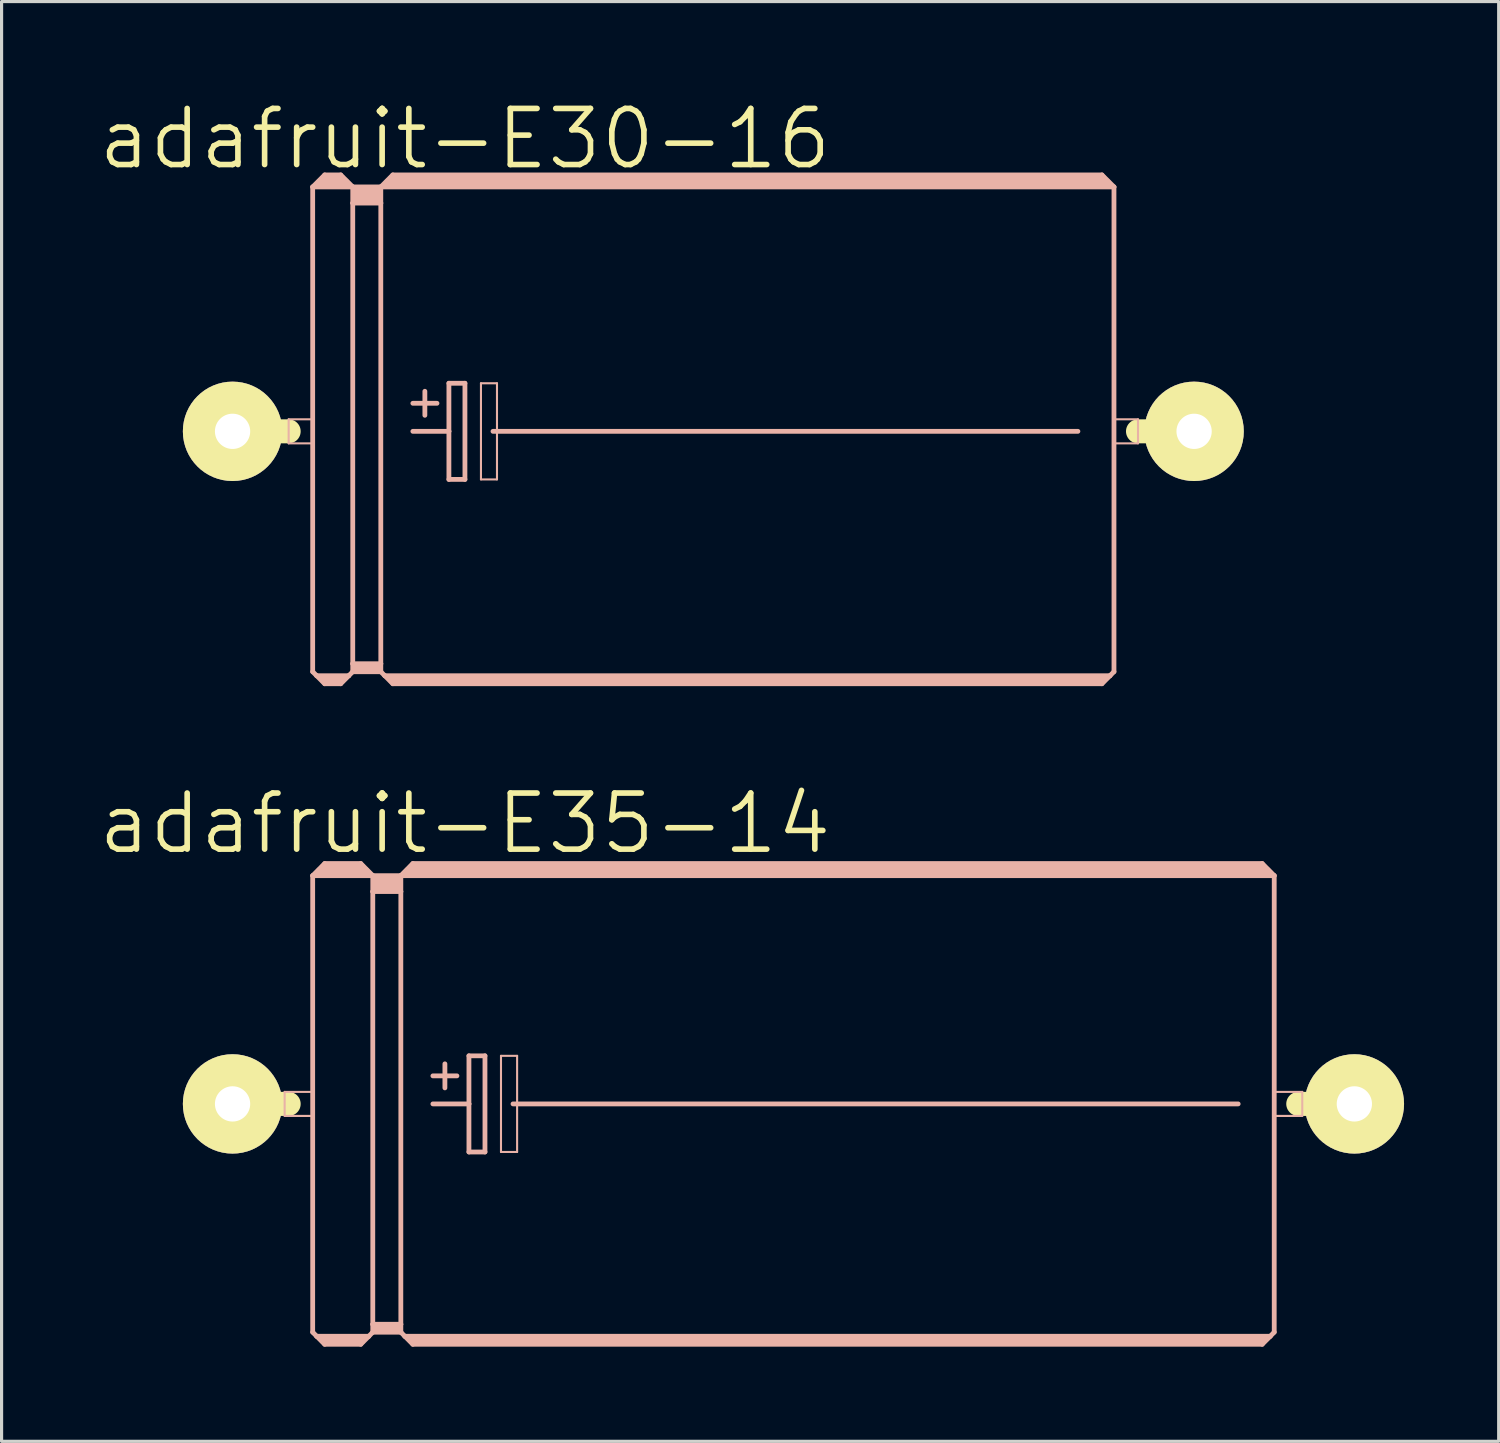
<source format=kicad_pcb>
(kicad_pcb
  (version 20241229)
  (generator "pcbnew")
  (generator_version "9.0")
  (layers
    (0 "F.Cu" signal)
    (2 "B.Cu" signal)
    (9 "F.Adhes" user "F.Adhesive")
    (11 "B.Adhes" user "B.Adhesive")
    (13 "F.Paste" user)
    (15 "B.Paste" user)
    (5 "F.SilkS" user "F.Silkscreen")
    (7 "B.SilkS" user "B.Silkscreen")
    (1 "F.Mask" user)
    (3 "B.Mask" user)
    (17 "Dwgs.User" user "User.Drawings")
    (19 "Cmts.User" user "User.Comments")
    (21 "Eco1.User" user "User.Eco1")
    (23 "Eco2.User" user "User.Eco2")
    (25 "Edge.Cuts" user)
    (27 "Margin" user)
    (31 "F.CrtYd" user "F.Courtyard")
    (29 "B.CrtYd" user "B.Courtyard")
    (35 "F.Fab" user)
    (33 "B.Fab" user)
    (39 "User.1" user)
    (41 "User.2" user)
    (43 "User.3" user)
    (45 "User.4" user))
  (footprint "adafruit-E30-16"
    (layer "F.Cu")
    (at 19.562 10.623)
    (property "Reference" "adafruit-E30-16" (at -7.874 -9.271 0) (layer "F.SilkS") (effects (font (size 1.778 1.778) (thickness 0.178))))
    (attr exclude_from_pos_files exclude_from_bom)
    (fp_line (start -15.24 0) (end -13.462 0) (stroke (width 0.762) (type solid)) (layer "F.SilkS"))
    (fp_line (start 15.24 0) (end 13.462 0) (stroke (width 0.762) (type solid)) (layer "F.SilkS"))
    (fp_line (start -13.462 -0.381) (end -12.7 -0.381) (stroke (width 0.066) (type solid)) (layer "B.SilkS"))
    (fp_line (start -13.462 0.381) (end -13.462 -0.381) (stroke (width 0.066) (type solid)) (layer "B.SilkS"))
    (fp_line (start -13.462 0.381) (end -12.7 0.381) (stroke (width 0.066) (type solid)) (layer "B.SilkS"))
    (fp_line (start -12.7 -7.747) (end -12.7 7.62) (stroke (width 0.152) (type solid)) (layer "B.SilkS"))
    (fp_line (start -12.7 -7.747) (end -12.319 -8.128) (stroke (width 0.152) (type solid)) (layer "B.SilkS"))
    (fp_line (start -12.7 -7.747) (end -11.43 -7.747) (stroke (width 0.152) (type solid)) (layer "B.SilkS"))
    (fp_line (start -12.7 0.381) (end -12.7 -0.381) (stroke (width 0.066) (type solid)) (layer "B.SilkS"))
    (fp_line (start -12.7 7.62) (end -12.573 7.747) (stroke (width 0.152) (type solid)) (layer "B.SilkS"))
    (fp_line (start -12.573 7.747) (end -12.319 8.001) (stroke (width 0.152) (type solid)) (layer "B.SilkS"))
    (fp_line (start -12.573 7.747) (end -11.557 7.747) (stroke (width 0.152) (type solid)) (layer "B.SilkS"))
    (fp_line (start -12.446 -7.874) (end -11.684 -7.874) (stroke (width 0.305) (type solid)) (layer "B.SilkS"))
    (fp_line (start -12.319 -8.128) (end -11.811 -8.128) (stroke (width 0.152) (type solid)) (layer "B.SilkS"))
    (fp_line (start -12.319 -8.001) (end -11.811 -8.001) (stroke (width 0.305) (type solid)) (layer "B.SilkS"))
    (fp_line (start -12.319 7.874) (end -11.811 7.874) (stroke (width 0.305) (type solid)) (layer "B.SilkS"))
    (fp_line (start -12.319 8.001) (end -11.811 8.001) (stroke (width 0.152) (type solid)) (layer "B.SilkS"))
    (fp_line (start -11.557 7.747) (end -11.811 8.001) (stroke (width 0.152) (type solid)) (layer "B.SilkS"))
    (fp_line (start -11.43 -7.747) (end -11.811 -8.128) (stroke (width 0.152) (type solid)) (layer "B.SilkS"))
    (fp_line (start -11.43 -7.747) (end -11.43 -7.236) (stroke (width 0.152) (type solid)) (layer "B.SilkS"))
    (fp_line (start -11.43 -7.747) (end -10.541 -7.747) (stroke (width 0.152) (type solid)) (layer "B.SilkS"))
    (fp_line (start -11.43 -7.236) (end -11.43 7.366) (stroke (width 0.152) (type solid)) (layer "B.SilkS"))
    (fp_line (start -11.43 -7.236) (end -10.541 -7.236) (stroke (width 0.152) (type solid)) (layer "B.SilkS"))
    (fp_line (start -11.43 7.366) (end -11.43 7.62) (stroke (width 0.152) (type solid)) (layer "B.SilkS"))
    (fp_line (start -11.43 7.366) (end -10.541 7.366) (stroke (width 0.152) (type solid)) (layer "B.SilkS"))
    (fp_line (start -11.43 7.62) (end -11.557 7.747) (stroke (width 0.152) (type solid)) (layer "B.SilkS"))
    (fp_line (start -11.43 7.62) (end -10.541 7.62) (stroke (width 0.152) (type solid)) (layer "B.SilkS"))
    (fp_line (start -11.303 -7.62) (end -10.668 -7.62) (stroke (width 0.305) (type solid)) (layer "B.SilkS"))
    (fp_line (start -11.303 -7.366) (end -10.668 -7.366) (stroke (width 0.305) (type solid)) (layer "B.SilkS"))
    (fp_line (start -11.303 7.493) (end -10.668 7.493) (stroke (width 0.305) (type solid)) (layer "B.SilkS"))
    (fp_line (start -10.541 -7.747) (end -10.541 -7.236) (stroke (width 0.152) (type solid)) (layer "B.SilkS"))
    (fp_line (start -10.541 -7.747) (end -10.16 -8.128) (stroke (width 0.152) (type solid)) (layer "B.SilkS"))
    (fp_line (start -10.541 -7.747) (end 12.7 -7.747) (stroke (width 0.152) (type solid)) (layer "B.SilkS"))
    (fp_line (start -10.541 -7.236) (end -10.541 7.366) (stroke (width 0.152) (type solid)) (layer "B.SilkS"))
    (fp_line (start -10.541 7.366) (end -10.541 7.62) (stroke (width 0.152) (type solid)) (layer "B.SilkS"))
    (fp_line (start -10.414 7.747) (end -10.541 7.62) (stroke (width 0.152) (type solid)) (layer "B.SilkS"))
    (fp_line (start -10.414 7.747) (end 12.573 7.747) (stroke (width 0.152) (type solid)) (layer "B.SilkS"))
    (fp_line (start -10.287 -7.874) (end 12.446 -7.874) (stroke (width 0.305) (type solid)) (layer "B.SilkS"))
    (fp_line (start -10.16 -8.001) (end 12.319 -8.001) (stroke (width 0.305) (type solid)) (layer "B.SilkS"))
    (fp_line (start -10.16 7.874) (end 12.319 7.874) (stroke (width 0.305) (type solid)) (layer "B.SilkS"))
    (fp_line (start -10.16 8.001) (end -10.414 7.747) (stroke (width 0.152) (type solid)) (layer "B.SilkS"))
    (fp_line (start -9.525 -0.889) (end -8.76 -0.889) (stroke (width 0.152) (type solid)) (layer "B.SilkS"))
    (fp_line (start -9.525 0) (end -8.382 0) (stroke (width 0.152) (type solid)) (layer "B.SilkS"))
    (fp_line (start -9.144 -1.27) (end -9.144 -0.508) (stroke (width 0.152) (type solid)) (layer "B.SilkS"))
    (fp_line (start -8.382 -1.524) (end -8.382 0) (stroke (width 0.152) (type solid)) (layer "B.SilkS"))
    (fp_line (start -8.382 0) (end -8.382 1.524) (stroke (width 0.152) (type solid)) (layer "B.SilkS"))
    (fp_line (start -8.382 1.524) (end -7.874 1.524) (stroke (width 0.152) (type solid)) (layer "B.SilkS"))
    (fp_line (start -7.874 -1.524) (end -8.382 -1.524) (stroke (width 0.152) (type solid)) (layer "B.SilkS"))
    (fp_line (start -7.874 1.524) (end -7.874 -1.524) (stroke (width 0.152) (type solid)) (layer "B.SilkS"))
    (fp_line (start -7.366 -1.524) (end -6.858 -1.524) (stroke (width 0.066) (type solid)) (layer "B.SilkS"))
    (fp_line (start -7.366 1.524) (end -7.366 -1.524) (stroke (width 0.066) (type solid)) (layer "B.SilkS"))
    (fp_line (start -7.366 1.524) (end -6.858 1.524) (stroke (width 0.066) (type solid)) (layer "B.SilkS"))
    (fp_line (start -6.985 0) (end 11.557 0) (stroke (width 0.152) (type solid)) (layer "B.SilkS"))
    (fp_line (start -6.858 1.524) (end -6.858 -1.524) (stroke (width 0.066) (type solid)) (layer "B.SilkS"))
    (fp_line (start 12.319 -8.128) (end -10.16 -8.128) (stroke (width 0.152) (type solid)) (layer "B.SilkS"))
    (fp_line (start 12.319 8.001) (end -10.16 8.001) (stroke (width 0.152) (type solid)) (layer "B.SilkS"))
    (fp_line (start 12.573 7.747) (end 12.319 8.001) (stroke (width 0.152) (type solid)) (layer "B.SilkS"))
    (fp_line (start 12.7 -7.747) (end 12.319 -8.128) (stroke (width 0.152) (type solid)) (layer "B.SilkS"))
    (fp_line (start 12.7 -7.747) (end 12.7 7.62) (stroke (width 0.152) (type solid)) (layer "B.SilkS"))
    (fp_line (start 12.7 -0.381) (end 13.462 -0.381) (stroke (width 0.066) (type solid)) (layer "B.SilkS"))
    (fp_line (start 12.7 0.381) (end 12.7 -0.381) (stroke (width 0.066) (type solid)) (layer "B.SilkS"))
    (fp_line (start 12.7 0.381) (end 13.462 0.381) (stroke (width 0.066) (type solid)) (layer "B.SilkS"))
    (fp_line (start 12.7 7.62) (end 12.573 7.747) (stroke (width 0.152) (type solid)) (layer "B.SilkS"))
    (fp_line (start 13.462 0.381) (end 13.462 -0.381) (stroke (width 0.066) (type solid)) (layer "B.SilkS"))
    (pad "+" thru_hole circle (at -15.24 0) (size 3.15 3.15) (drill 1.118) (layers "*.Cu" "F.Mask" "F.SilkS" "F.Paste"))
    (pad "-" thru_hole circle (at 15.24 0) (size 3.15 3.15) (drill 1.118) (layers "*.Cu" "F.Mask" "F.SilkS" "F.Paste")))
  (footprint "adafruit-E35-14"
    (layer "F.Cu")
    (at 22.102 31.943)
    (property "Reference" "adafruit-E35-14" (at -10.414 -8.89 0) (layer "F.SilkS") (effects (font (size 1.778 1.778) (thickness 0.178))))
    (attr exclude_from_pos_files exclude_from_bom)
    (fp_line (start -17.78 0) (end -16.002 0) (stroke (width 0.762) (type solid)) (layer "F.SilkS"))
    (fp_line (start 17.78 0) (end 16.002 0) (stroke (width 0.762) (type solid)) (layer "F.SilkS"))
    (fp_line (start -16.129 -0.381) (end -15.24 -0.381) (stroke (width 0.066) (type solid)) (layer "B.SilkS"))
    (fp_line (start -16.129 0.381) (end -16.129 -0.381) (stroke (width 0.066) (type solid)) (layer "B.SilkS"))
    (fp_line (start -16.129 0.381) (end -15.24 0.381) (stroke (width 0.066) (type solid)) (layer "B.SilkS"))
    (fp_line (start -15.24 -7.236) (end -15.24 7.236) (stroke (width 0.152) (type solid)) (layer "B.SilkS"))
    (fp_line (start -15.24 -7.236) (end -14.859 -7.62) (stroke (width 0.152) (type solid)) (layer "B.SilkS"))
    (fp_line (start -15.24 -7.236) (end -13.335 -7.236) (stroke (width 0.152) (type solid)) (layer "B.SilkS"))
    (fp_line (start -15.24 0.381) (end -15.24 -0.381) (stroke (width 0.066) (type solid)) (layer "B.SilkS"))
    (fp_line (start -15.24 7.236) (end -15.113 7.366) (stroke (width 0.152) (type solid)) (layer "B.SilkS"))
    (fp_line (start -15.113 7.366) (end -14.859 7.62) (stroke (width 0.152) (type solid)) (layer "B.SilkS"))
    (fp_line (start -15.113 7.366) (end -13.462 7.366) (stroke (width 0.152) (type solid)) (layer "B.SilkS"))
    (fp_line (start -14.986 -7.366) (end -13.589 -7.366) (stroke (width 0.305) (type solid)) (layer "B.SilkS"))
    (fp_line (start -14.859 -7.62) (end -13.716 -7.62) (stroke (width 0.152) (type solid)) (layer "B.SilkS"))
    (fp_line (start -14.859 -7.493) (end -13.716 -7.493) (stroke (width 0.305) (type solid)) (layer "B.SilkS"))
    (fp_line (start -14.859 7.493) (end -13.716 7.493) (stroke (width 0.305) (type solid)) (layer "B.SilkS"))
    (fp_line (start -14.859 7.62) (end -13.716 7.62) (stroke (width 0.152) (type solid)) (layer "B.SilkS"))
    (fp_line (start -13.462 7.366) (end -13.716 7.62) (stroke (width 0.152) (type solid)) (layer "B.SilkS"))
    (fp_line (start -13.335 -7.236) (end -13.716 -7.62) (stroke (width 0.152) (type solid)) (layer "B.SilkS"))
    (fp_line (start -13.335 -7.236) (end -13.335 -6.731) (stroke (width 0.152) (type solid)) (layer "B.SilkS"))
    (fp_line (start -13.335 -7.236) (end -12.446 -7.236) (stroke (width 0.152) (type solid)) (layer "B.SilkS"))
    (fp_line (start -13.335 -6.731) (end -13.335 6.985) (stroke (width 0.152) (type solid)) (layer "B.SilkS"))
    (fp_line (start -13.335 -6.731) (end -12.446 -6.731) (stroke (width 0.152) (type solid)) (layer "B.SilkS"))
    (fp_line (start -13.335 6.985) (end -13.335 7.236) (stroke (width 0.152) (type solid)) (layer "B.SilkS"))
    (fp_line (start -13.335 6.985) (end -12.446 6.985) (stroke (width 0.152) (type solid)) (layer "B.SilkS"))
    (fp_line (start -13.335 7.236) (end -13.462 7.366) (stroke (width 0.152) (type solid)) (layer "B.SilkS"))
    (fp_line (start -13.335 7.236) (end -12.446 7.236) (stroke (width 0.152) (type solid)) (layer "B.SilkS"))
    (fp_line (start -13.208 -7.112) (end -12.573 -7.112) (stroke (width 0.305) (type solid)) (layer "B.SilkS"))
    (fp_line (start -13.208 -6.858) (end -12.573 -6.858) (stroke (width 0.305) (type solid)) (layer "B.SilkS"))
    (fp_line (start -13.208 7.112) (end -12.573 7.112) (stroke (width 0.305) (type solid)) (layer "B.SilkS"))
    (fp_line (start -12.446 -7.236) (end -12.446 -6.731) (stroke (width 0.152) (type solid)) (layer "B.SilkS"))
    (fp_line (start -12.446 -7.236) (end -12.065 -7.62) (stroke (width 0.152) (type solid)) (layer "B.SilkS"))
    (fp_line (start -12.446 -7.236) (end 15.24 -7.236) (stroke (width 0.152) (type solid)) (layer "B.SilkS"))
    (fp_line (start -12.446 -6.731) (end -12.446 6.985) (stroke (width 0.152) (type solid)) (layer "B.SilkS"))
    (fp_line (start -12.446 6.985) (end -12.446 7.236) (stroke (width 0.152) (type solid)) (layer "B.SilkS"))
    (fp_line (start -12.319 7.366) (end -12.446 7.236) (stroke (width 0.152) (type solid)) (layer "B.SilkS"))
    (fp_line (start -12.319 7.366) (end 15.113 7.366) (stroke (width 0.152) (type solid)) (layer "B.SilkS"))
    (fp_line (start -12.192 -7.366) (end 14.986 -7.366) (stroke (width 0.305) (type solid)) (layer "B.SilkS"))
    (fp_line (start -12.065 -7.493) (end 14.859 -7.493) (stroke (width 0.305) (type solid)) (layer "B.SilkS"))
    (fp_line (start -12.065 7.493) (end 14.859 7.493) (stroke (width 0.305) (type solid)) (layer "B.SilkS"))
    (fp_line (start -12.065 7.62) (end -12.319 7.366) (stroke (width 0.152) (type solid)) (layer "B.SilkS"))
    (fp_line (start -11.43 -0.889) (end -10.668 -0.889) (stroke (width 0.152) (type solid)) (layer "B.SilkS"))
    (fp_line (start -11.43 0) (end -10.287 0) (stroke (width 0.152) (type solid)) (layer "B.SilkS"))
    (fp_line (start -11.049 -1.27) (end -11.049 -0.508) (stroke (width 0.152) (type solid)) (layer "B.SilkS"))
    (fp_line (start -10.287 -1.524) (end -10.287 0) (stroke (width 0.152) (type solid)) (layer "B.SilkS"))
    (fp_line (start -10.287 0) (end -10.287 1.524) (stroke (width 0.152) (type solid)) (layer "B.SilkS"))
    (fp_line (start -10.287 1.524) (end -9.779 1.524) (stroke (width 0.152) (type solid)) (layer "B.SilkS"))
    (fp_line (start -9.779 -1.524) (end -10.287 -1.524) (stroke (width 0.152) (type solid)) (layer "B.SilkS"))
    (fp_line (start -9.779 1.524) (end -9.779 -1.524) (stroke (width 0.152) (type solid)) (layer "B.SilkS"))
    (fp_line (start -9.271 -1.524) (end -8.76 -1.524) (stroke (width 0.066) (type solid)) (layer "B.SilkS"))
    (fp_line (start -9.271 1.524) (end -9.271 -1.524) (stroke (width 0.066) (type solid)) (layer "B.SilkS"))
    (fp_line (start -9.271 1.524) (end -8.76 1.524) (stroke (width 0.066) (type solid)) (layer "B.SilkS"))
    (fp_line (start -8.89 0) (end 14.097 0) (stroke (width 0.152) (type solid)) (layer "B.SilkS"))
    (fp_line (start -8.76 1.524) (end -8.76 -1.524) (stroke (width 0.066) (type solid)) (layer "B.SilkS"))
    (fp_line (start 14.859 -7.62) (end -12.065 -7.62) (stroke (width 0.152) (type solid)) (layer "B.SilkS"))
    (fp_line (start 14.859 7.62) (end -12.065 7.62) (stroke (width 0.152) (type solid)) (layer "B.SilkS"))
    (fp_line (start 15.113 7.366) (end 14.859 7.62) (stroke (width 0.152) (type solid)) (layer "B.SilkS"))
    (fp_line (start 15.24 -7.236) (end 14.859 -7.62) (stroke (width 0.152) (type solid)) (layer "B.SilkS"))
    (fp_line (start 15.24 -7.236) (end 15.24 7.236) (stroke (width 0.152) (type solid)) (layer "B.SilkS"))
    (fp_line (start 15.24 -0.381) (end 16.129 -0.381) (stroke (width 0.066) (type solid)) (layer "B.SilkS"))
    (fp_line (start 15.24 0.381) (end 15.24 -0.381) (stroke (width 0.066) (type solid)) (layer "B.SilkS"))
    (fp_line (start 15.24 0.381) (end 16.129 0.381) (stroke (width 0.066) (type solid)) (layer "B.SilkS"))
    (fp_line (start 15.24 7.236) (end 15.113 7.366) (stroke (width 0.152) (type solid)) (layer "B.SilkS"))
    (fp_line (start 16.129 0.381) (end 16.129 -0.381) (stroke (width 0.066) (type solid)) (layer "B.SilkS"))
    (pad "+" thru_hole circle (at -17.78 0) (size 3.15 3.15) (drill 1.118) (layers "*.Cu" "F.Mask" "F.SilkS" "F.Paste"))
    (pad "-" thru_hole circle (at 17.78 0) (size 3.15 3.15) (drill 1.118) (layers "*.Cu" "F.Mask" "F.SilkS" "F.Paste")))
  (gr_rect
    (start -3 -3)
    (end 44.457 42.639)
    (stroke (width 0.1) (type default))
    (fill no)
    (layer "Edge.Cuts")))
</source>
